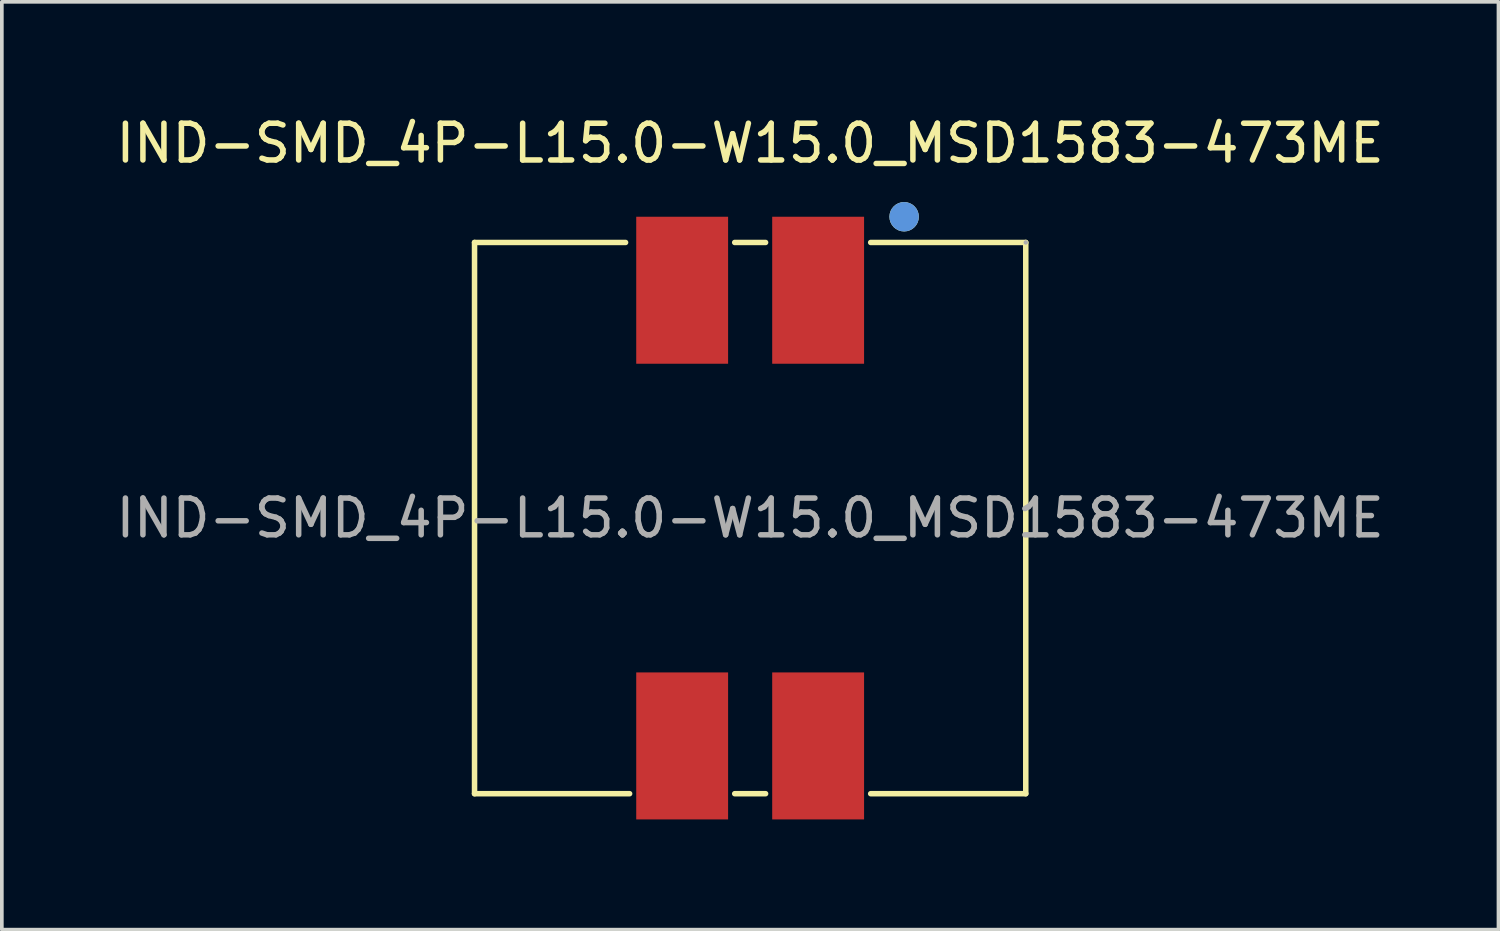
<source format=kicad_pcb>
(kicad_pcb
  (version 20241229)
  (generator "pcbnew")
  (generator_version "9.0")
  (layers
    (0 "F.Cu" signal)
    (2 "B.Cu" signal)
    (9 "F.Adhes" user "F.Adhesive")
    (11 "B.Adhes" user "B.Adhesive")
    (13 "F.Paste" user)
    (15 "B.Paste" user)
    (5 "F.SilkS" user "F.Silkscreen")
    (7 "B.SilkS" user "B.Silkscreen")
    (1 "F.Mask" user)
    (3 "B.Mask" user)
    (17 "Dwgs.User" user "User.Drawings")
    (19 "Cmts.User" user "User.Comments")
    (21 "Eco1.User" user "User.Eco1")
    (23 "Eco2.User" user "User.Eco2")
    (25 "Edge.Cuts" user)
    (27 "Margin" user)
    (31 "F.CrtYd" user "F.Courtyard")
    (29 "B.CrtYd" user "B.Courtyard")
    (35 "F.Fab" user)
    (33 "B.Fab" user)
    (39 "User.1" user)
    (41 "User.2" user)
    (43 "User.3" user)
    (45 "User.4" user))
  (footprint "IND-SMD_4P-L15.0-W15.0_MSD1583-473ME"
    (layer "F.Cu")
    (at 17.363 11.048)
    (property "Reference" "IND-SMD_4P-L15.0-W15.0_MSD1583-473ME" (at 0 -10.2 0) (layer "F.SilkS") (effects (font (size 1 1) (thickness 0.15))))
    (attr smd)
    (fp_line (start -7.5 -7.5) (end -7.5 7.5) (stroke (width 0.15) (type solid)) (layer "F.SilkS"))
    (fp_line (start -7.5 7.5) (end -3.28 7.5) (stroke (width 0.15) (type solid)) (layer "F.SilkS"))
    (fp_line (start -3.39 -7.5) (end -7.5 -7.5) (stroke (width 0.15) (type solid)) (layer "F.SilkS"))
    (fp_line (start -0.42 7.5) (end 0.42 7.5) (stroke (width 0.15) (type solid)) (layer "F.SilkS"))
    (fp_line (start 0.42 -7.5) (end -0.42 -7.5) (stroke (width 0.15) (type solid)) (layer "F.SilkS"))
    (fp_line (start 3.28 7.5) (end 7.5 7.5) (stroke (width 0.15) (type solid)) (layer "F.SilkS"))
    (fp_line (start 7.5 -7.5) (end 3.28 -7.5) (stroke (width 0.15) (type solid)) (layer "F.SilkS"))
    (fp_line (start 7.5 7.5) (end 7.5 -7.5) (stroke (width 0.15) (type solid)) (layer "F.SilkS"))
    (fp_circle (center 4.19 -8.2) (end 4.39 -8.2) (stroke (width 0.4) (type solid)) (fill no) (layer "F.SilkS"))
    (fp_circle (center 4.19 -8.2) (end 4.39 -8.2) (stroke (width 0.4) (type solid)) (fill no) (layer "Cmts.User"))
    (fp_circle (center 7.5 -7.5) (end 7.53 -7.5) (stroke (width 0.06) (type solid)) (fill no) (layer "F.Fab"))
    (fp_text user "${REFERENCE}" (at 0 0 0) (layer "F.Fab") (effects (font (size 1 1) (thickness 0.15))))
    (pad "1" smd rect (at 1.85 -6.2) (size 2.5 4) (layers "F.Cu" "F.Mask" "F.Paste"))
    (pad "2" smd rect (at -1.85 -6.2) (size 2.5 4) (layers "F.Cu" "F.Mask" "F.Paste"))
    (pad "3" smd rect (at -1.85 6.2) (size 2.5 4) (layers "F.Cu" "F.Mask" "F.Paste"))
    (pad "4" smd rect (at 1.85 6.2) (size 2.5 4) (layers "F.Cu" "F.Mask" "F.Paste")))
  (gr_rect
    (start -3 -3)
    (end 37.726 22.248)
    (stroke (width 0.1) (type default))
    (fill no)
    (layer "Edge.Cuts")))
</source>
